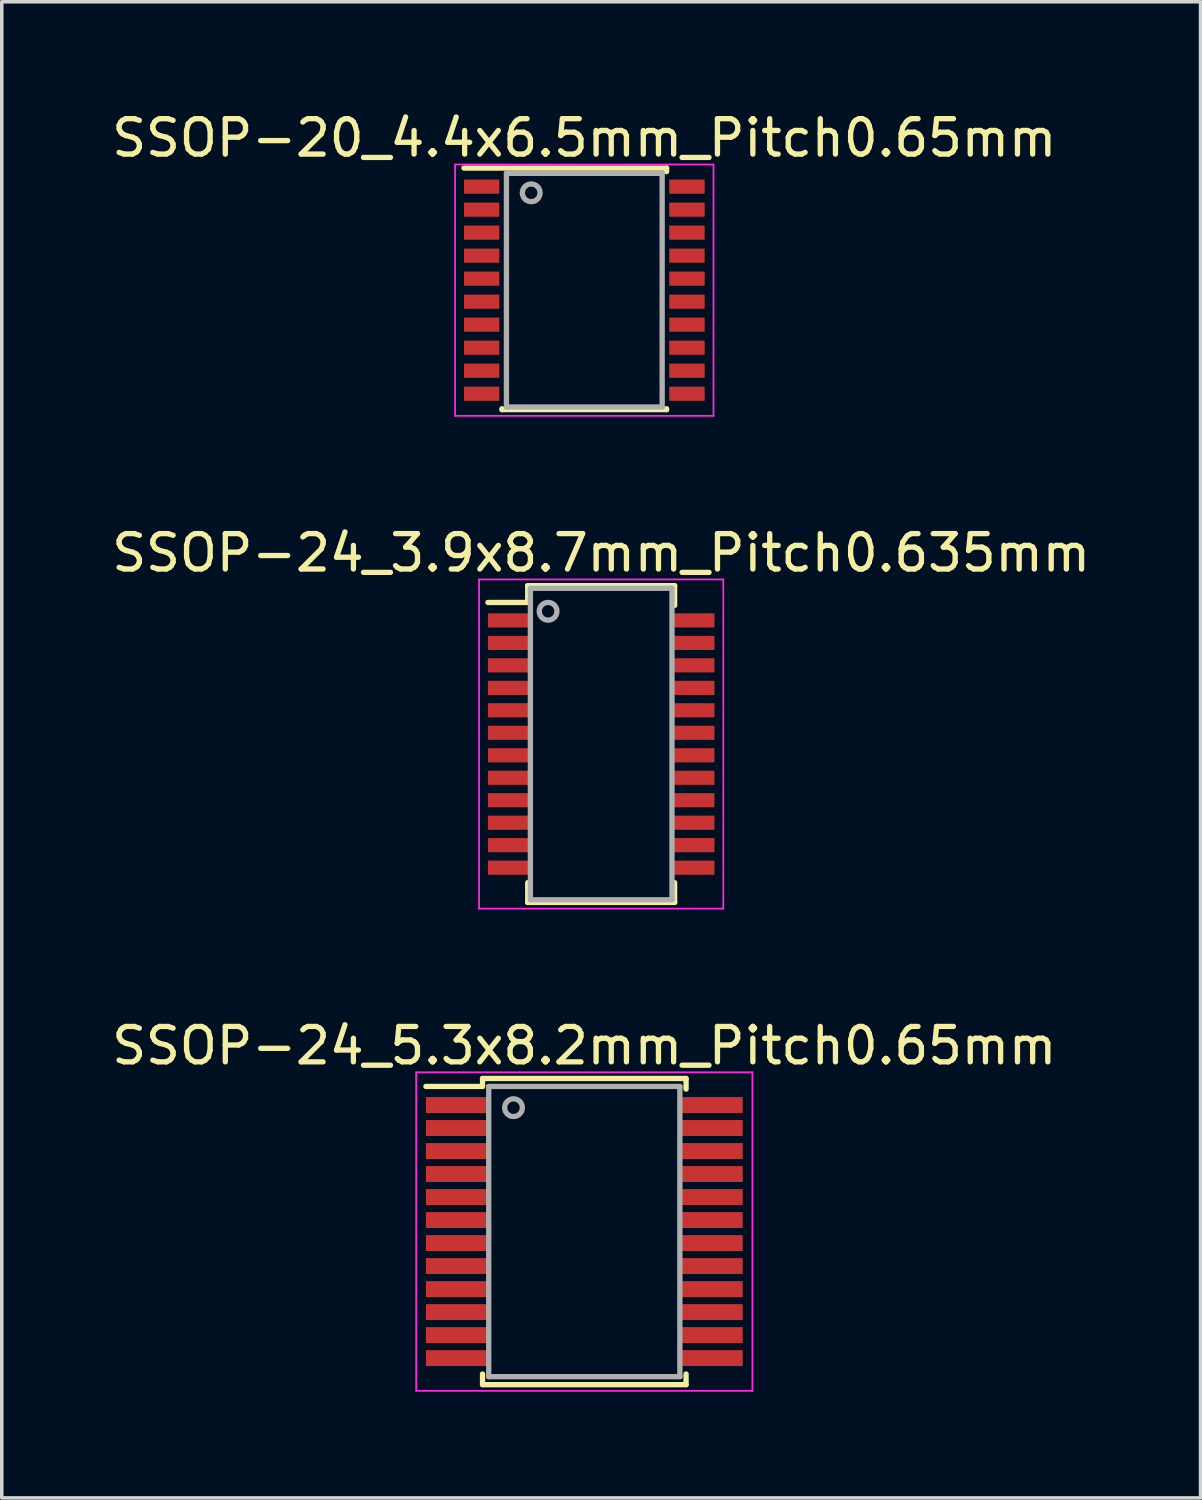
<source format=kicad_pcb>
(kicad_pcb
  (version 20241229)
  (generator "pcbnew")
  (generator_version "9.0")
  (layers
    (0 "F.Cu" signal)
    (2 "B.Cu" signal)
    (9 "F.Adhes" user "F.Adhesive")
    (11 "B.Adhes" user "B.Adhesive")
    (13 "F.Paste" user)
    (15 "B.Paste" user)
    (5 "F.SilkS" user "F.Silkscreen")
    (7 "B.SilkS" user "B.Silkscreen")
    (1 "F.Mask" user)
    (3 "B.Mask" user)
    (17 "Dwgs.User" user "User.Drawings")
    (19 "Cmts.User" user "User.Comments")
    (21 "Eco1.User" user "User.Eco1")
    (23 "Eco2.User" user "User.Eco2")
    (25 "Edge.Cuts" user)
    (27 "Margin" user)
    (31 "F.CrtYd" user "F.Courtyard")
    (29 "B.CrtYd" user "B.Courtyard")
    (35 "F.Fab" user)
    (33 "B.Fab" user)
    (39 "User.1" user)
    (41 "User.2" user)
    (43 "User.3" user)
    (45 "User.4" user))
  (footprint "SSOP-24_5.3x8.2mm_Pitch0.65mm"
    (layer "F.Cu")
    (at 13.458 31.745)
    (property "Reference" "SSOP-24_5.3x8.2mm_Pitch0.65mm" (at 0 -5.25 0) (layer "F.SilkS") (effects (font (size 1 1) (thickness 0.15))))
    (attr smd)
    (fp_line (start -2.875 -4.325) (end -2.875 -4.1) (stroke (width 0.15) (type solid)) (layer "F.SilkS"))
    (fp_line (start -2.875 -4.325) (end 2.875 -4.325) (stroke (width 0.15) (type solid)) (layer "F.SilkS"))
    (fp_line (start -2.875 -4.1) (end -4.475 -4.1) (stroke (width 0.15) (type solid)) (layer "F.SilkS"))
    (fp_line (start -2.875 4.325) (end -2.875 4.025) (stroke (width 0.15) (type solid)) (layer "F.SilkS"))
    (fp_line (start -2.875 4.325) (end 2.875 4.325) (stroke (width 0.15) (type solid)) (layer "F.SilkS"))
    (fp_line (start 2.875 -4.325) (end 2.875 -4.025) (stroke (width 0.15) (type solid)) (layer "F.SilkS"))
    (fp_line (start 2.875 4.325) (end 2.875 4.025) (stroke (width 0.15) (type solid)) (layer "F.SilkS"))
    (fp_line (start -4.75 -4.5) (end -4.75 4.5) (stroke (width 0.05) (type solid)) (layer "F.CrtYd"))
    (fp_line (start -4.75 -4.5) (end 4.75 -4.5) (stroke (width 0.05) (type solid)) (layer "F.CrtYd"))
    (fp_line (start -4.75 4.5) (end 4.75 4.5) (stroke (width 0.05) (type solid)) (layer "F.CrtYd"))
    (fp_line (start 4.75 -4.5) (end 4.75 4.5) (stroke (width 0.05) (type solid)) (layer "F.CrtYd"))
    (fp_line (start -2.7 -4.1) (end 2.7 -4.1) (stroke (width 0.15) (type solid)) (layer "F.Fab"))
    (fp_line (start -2.7 4.1) (end -2.7 -4.1) (stroke (width 0.15) (type solid)) (layer "F.Fab"))
    (fp_line (start 2.7 -4.1) (end 2.7 4.1) (stroke (width 0.15) (type solid)) (layer "F.Fab"))
    (fp_line (start 2.7 4.1) (end -2.7 4.1) (stroke (width 0.15) (type solid)) (layer "F.Fab"))
    (fp_circle (center -2 -3.5) (end -2.25 -3.5) (stroke (width 0.15) (type solid)) (fill no) (layer "F.Fab"))
    (pad "1" smd rect (at -3.6 -3.575) (size 1.75 0.45) (layers "F.Cu" "F.Mask" "F.Paste"))
    (pad "2" smd rect (at -3.6 -2.925) (size 1.75 0.45) (layers "F.Cu" "F.Mask" "F.Paste"))
    (pad "3" smd rect (at -3.6 -2.275) (size 1.75 0.45) (layers "F.Cu" "F.Mask" "F.Paste"))
    (pad "4" smd rect (at -3.6 -1.625) (size 1.75 0.45) (layers "F.Cu" "F.Mask" "F.Paste"))
    (pad "5" smd rect (at -3.6 -0.975) (size 1.75 0.45) (layers "F.Cu" "F.Mask" "F.Paste"))
    (pad "6" smd rect (at -3.6 -0.325) (size 1.75 0.45) (layers "F.Cu" "F.Mask" "F.Paste"))
    (pad "7" smd rect (at -3.6 0.325) (size 1.75 0.45) (layers "F.Cu" "F.Mask" "F.Paste"))
    (pad "8" smd rect (at -3.6 0.975) (size 1.75 0.45) (layers "F.Cu" "F.Mask" "F.Paste"))
    (pad "9" smd rect (at -3.6 1.625) (size 1.75 0.45) (layers "F.Cu" "F.Mask" "F.Paste"))
    (pad "10" smd rect (at -3.6 2.275) (size 1.75 0.45) (layers "F.Cu" "F.Mask" "F.Paste"))
    (pad "11" smd rect (at -3.6 2.925) (size 1.75 0.45) (layers "F.Cu" "F.Mask" "F.Paste"))
    (pad "12" smd rect (at -3.6 3.575) (size 1.75 0.45) (layers "F.Cu" "F.Mask" "F.Paste"))
    (pad "13" smd rect (at 3.6 3.575) (size 1.75 0.45) (layers "F.Cu" "F.Mask" "F.Paste"))
    (pad "14" smd rect (at 3.6 2.925) (size 1.75 0.45) (layers "F.Cu" "F.Mask" "F.Paste"))
    (pad "15" smd rect (at 3.6 2.275) (size 1.75 0.45) (layers "F.Cu" "F.Mask" "F.Paste"))
    (pad "16" smd rect (at 3.6 1.625) (size 1.75 0.45) (layers "F.Cu" "F.Mask" "F.Paste"))
    (pad "17" smd rect (at 3.6 0.975) (size 1.75 0.45) (layers "F.Cu" "F.Mask" "F.Paste"))
    (pad "18" smd rect (at 3.6 0.325) (size 1.75 0.45) (layers "F.Cu" "F.Mask" "F.Paste"))
    (pad "19" smd rect (at 3.6 -0.325) (size 1.75 0.45) (layers "F.Cu" "F.Mask" "F.Paste"))
    (pad "20" smd rect (at 3.6 -0.975) (size 1.75 0.45) (layers "F.Cu" "F.Mask" "F.Paste"))
    (pad "21" smd rect (at 3.6 -1.625) (size 1.75 0.45) (layers "F.Cu" "F.Mask" "F.Paste"))
    (pad "22" smd rect (at 3.6 -2.275) (size 1.75 0.45) (layers "F.Cu" "F.Mask" "F.Paste"))
    (pad "23" smd rect (at 3.6 -2.925) (size 1.75 0.45) (layers "F.Cu" "F.Mask" "F.Paste"))
    (pad "24" smd rect (at 3.6 -3.575) (size 1.75 0.45) (layers "F.Cu" "F.Mask" "F.Paste")))
  (footprint "SSOP-20_4.4x6.5mm_Pitch0.65mm"
    (layer "F.Cu")
    (at 13.458 5.148)
    (property "Reference" "SSOP-20_4.4x6.5mm_Pitch0.65mm" (at 0 -4.3 0) (layer "F.SilkS") (effects (font (size 1 1) (thickness 0.15))))
    (attr smd)
    (fp_line (start -3.4 -3.45) (end 2.325 -3.45) (stroke (width 0.15) (type solid)) (layer "F.SilkS"))
    (fp_line (start -2.325 3.375) (end -2.325 3.35) (stroke (width 0.15) (type solid)) (layer "F.SilkS"))
    (fp_line (start -2.325 3.375) (end 2.325 3.375) (stroke (width 0.15) (type solid)) (layer "F.SilkS"))
    (fp_line (start 2.325 -3.45) (end 2.325 -3.35) (stroke (width 0.15) (type solid)) (layer "F.SilkS"))
    (fp_line (start 2.325 3.375) (end 2.325 3.35) (stroke (width 0.15) (type solid)) (layer "F.SilkS"))
    (fp_line (start -3.65 -3.55) (end -3.65 3.55) (stroke (width 0.05) (type solid)) (layer "F.CrtYd"))
    (fp_line (start -3.65 -3.55) (end 3.65 -3.55) (stroke (width 0.05) (type solid)) (layer "F.CrtYd"))
    (fp_line (start -3.65 3.55) (end 3.65 3.55) (stroke (width 0.05) (type solid)) (layer "F.CrtYd"))
    (fp_line (start 3.65 -3.55) (end 3.65 3.55) (stroke (width 0.05) (type solid)) (layer "F.CrtYd"))
    (fp_line (start -2.2 -3.3) (end 2.2 -3.3) (stroke (width 0.15) (type solid)) (layer "F.Fab"))
    (fp_line (start -2.2 3.3) (end -2.2 -3.3) (stroke (width 0.15) (type solid)) (layer "F.Fab"))
    (fp_line (start 2.2 -3.3) (end 2.2 3.3) (stroke (width 0.15) (type solid)) (layer "F.Fab"))
    (fp_line (start 2.2 3.3) (end -2.2 3.3) (stroke (width 0.15) (type solid)) (layer "F.Fab"))
    (fp_circle (center -1.5 -2.75) (end -1.75 -2.75) (stroke (width 0.15) (type solid)) (fill no) (layer "F.Fab"))
    (pad "1" smd rect (at -2.9 -2.925) (size 1 0.4) (layers "F.Cu" "F.Mask" "F.Paste"))
    (pad "2" smd rect (at -2.9 -2.275) (size 1 0.4) (layers "F.Cu" "F.Mask" "F.Paste"))
    (pad "3" smd rect (at -2.9 -1.625) (size 1 0.4) (layers "F.Cu" "F.Mask" "F.Paste"))
    (pad "4" smd rect (at -2.9 -0.975) (size 1 0.4) (layers "F.Cu" "F.Mask" "F.Paste"))
    (pad "5" smd rect (at -2.9 -0.325) (size 1 0.4) (layers "F.Cu" "F.Mask" "F.Paste"))
    (pad "6" smd rect (at -2.9 0.325) (size 1 0.4) (layers "F.Cu" "F.Mask" "F.Paste"))
    (pad "7" smd rect (at -2.9 0.975) (size 1 0.4) (layers "F.Cu" "F.Mask" "F.Paste"))
    (pad "8" smd rect (at -2.9 1.625) (size 1 0.4) (layers "F.Cu" "F.Mask" "F.Paste"))
    (pad "9" smd rect (at -2.9 2.275) (size 1 0.4) (layers "F.Cu" "F.Mask" "F.Paste"))
    (pad "10" smd rect (at -2.9 2.925) (size 1 0.4) (layers "F.Cu" "F.Mask" "F.Paste"))
    (pad "11" smd rect (at 2.9 2.925) (size 1 0.4) (layers "F.Cu" "F.Mask" "F.Paste"))
    (pad "12" smd rect (at 2.9 2.275) (size 1 0.4) (layers "F.Cu" "F.Mask" "F.Paste"))
    (pad "13" smd rect (at 2.9 1.625) (size 1 0.4) (layers "F.Cu" "F.Mask" "F.Paste"))
    (pad "14" smd rect (at 2.9 0.975) (size 1 0.4) (layers "F.Cu" "F.Mask" "F.Paste"))
    (pad "15" smd rect (at 2.9 0.325) (size 1 0.4) (layers "F.Cu" "F.Mask" "F.Paste"))
    (pad "16" smd rect (at 2.9 -0.325) (size 1 0.4) (layers "F.Cu" "F.Mask" "F.Paste"))
    (pad "17" smd rect (at 2.9 -0.975) (size 1 0.4) (layers "F.Cu" "F.Mask" "F.Paste"))
    (pad "18" smd rect (at 2.9 -1.625) (size 1 0.4) (layers "F.Cu" "F.Mask" "F.Paste"))
    (pad "19" smd rect (at 2.9 -2.275) (size 1 0.4) (layers "F.Cu" "F.Mask" "F.Paste"))
    (pad "20" smd rect (at 2.9 -2.925) (size 1 0.4) (layers "F.Cu" "F.Mask" "F.Paste")))
  (footprint "SSOP-24_3.9x8.7mm_Pitch0.635mm"
    (layer "F.Cu")
    (at 13.935 17.971)
    (property "Reference" "SSOP-24_3.9x8.7mm_Pitch0.635mm" (at 0 -5.4 0) (layer "F.SilkS") (effects (font (size 1 1) (thickness 0.15))))
    (attr smd)
    (fp_line (start -2.075 -4.475) (end -2.075 -4) (stroke (width 0.15) (type solid)) (layer "F.SilkS"))
    (fp_line (start -2.075 -4.475) (end 2.075 -4.475) (stroke (width 0.15) (type solid)) (layer "F.SilkS"))
    (fp_line (start -2.075 -4) (end -3.2 -4) (stroke (width 0.15) (type solid)) (layer "F.SilkS"))
    (fp_line (start -2.075 4.475) (end -2.075 3.917) (stroke (width 0.15) (type solid)) (layer "F.SilkS"))
    (fp_line (start -2.075 4.475) (end 2.075 4.475) (stroke (width 0.15) (type solid)) (layer "F.SilkS"))
    (fp_line (start 2.075 -4.475) (end 2.075 -3.917) (stroke (width 0.15) (type solid)) (layer "F.SilkS"))
    (fp_line (start 2.075 4.475) (end 2.075 3.917) (stroke (width 0.15) (type solid)) (layer "F.SilkS"))
    (fp_line (start -3.45 -4.65) (end -3.45 4.65) (stroke (width 0.05) (type solid)) (layer "F.CrtYd"))
    (fp_line (start -3.45 -4.65) (end 3.45 -4.65) (stroke (width 0.05) (type solid)) (layer "F.CrtYd"))
    (fp_line (start -3.45 4.65) (end 3.45 4.65) (stroke (width 0.05) (type solid)) (layer "F.CrtYd"))
    (fp_line (start 3.45 -4.65) (end 3.45 4.65) (stroke (width 0.05) (type solid)) (layer "F.CrtYd"))
    (fp_line (start -2 -4.4) (end 2 -4.4) (stroke (width 0.15) (type solid)) (layer "F.Fab"))
    (fp_line (start -2 4.4) (end -2 -4.4) (stroke (width 0.15) (type solid)) (layer "F.Fab"))
    (fp_line (start 2 -4.4) (end 2 4.4) (stroke (width 0.15) (type solid)) (layer "F.Fab"))
    (fp_line (start 2 4.4) (end -2 4.4) (stroke (width 0.15) (type solid)) (layer "F.Fab"))
    (fp_circle (center -1.5 -3.75) (end -1.75 -3.75) (stroke (width 0.15) (type solid)) (fill no) (layer "F.Fab"))
    (pad "1" smd rect (at -2.6 -3.493) (size 1.2 0.4) (layers "F.Cu" "F.Mask" "F.Paste"))
    (pad "2" smd rect (at -2.6 -2.857) (size 1.2 0.4) (layers "F.Cu" "F.Mask" "F.Paste"))
    (pad "3" smd rect (at -2.6 -2.223) (size 1.2 0.4) (layers "F.Cu" "F.Mask" "F.Paste"))
    (pad "4" smd rect (at -2.6 -1.587) (size 1.2 0.4) (layers "F.Cu" "F.Mask" "F.Paste"))
    (pad "5" smd rect (at -2.6 -0.953) (size 1.2 0.4) (layers "F.Cu" "F.Mask" "F.Paste"))
    (pad "6" smd rect (at -2.6 -0.318) (size 1.2 0.4) (layers "F.Cu" "F.Mask" "F.Paste"))
    (pad "7" smd rect (at -2.6 0.318) (size 1.2 0.4) (layers "F.Cu" "F.Mask" "F.Paste"))
    (pad "8" smd rect (at -2.6 0.953) (size 1.2 0.4) (layers "F.Cu" "F.Mask" "F.Paste"))
    (pad "9" smd rect (at -2.6 1.587) (size 1.2 0.4) (layers "F.Cu" "F.Mask" "F.Paste"))
    (pad "10" smd rect (at -2.6 2.223) (size 1.2 0.4) (layers "F.Cu" "F.Mask" "F.Paste"))
    (pad "11" smd rect (at -2.6 2.857) (size 1.2 0.4) (layers "F.Cu" "F.Mask" "F.Paste"))
    (pad "12" smd rect (at -2.6 3.493) (size 1.2 0.4) (layers "F.Cu" "F.Mask" "F.Paste"))
    (pad "13" smd rect (at 2.6 3.493) (size 1.2 0.4) (layers "F.Cu" "F.Mask" "F.Paste"))
    (pad "14" smd rect (at 2.6 2.857) (size 1.2 0.4) (layers "F.Cu" "F.Mask" "F.Paste"))
    (pad "15" smd rect (at 2.6 2.223) (size 1.2 0.4) (layers "F.Cu" "F.Mask" "F.Paste"))
    (pad "16" smd rect (at 2.6 1.587) (size 1.2 0.4) (layers "F.Cu" "F.Mask" "F.Paste"))
    (pad "17" smd rect (at 2.6 0.953) (size 1.2 0.4) (layers "F.Cu" "F.Mask" "F.Paste"))
    (pad "18" smd rect (at 2.6 0.318) (size 1.2 0.4) (layers "F.Cu" "F.Mask" "F.Paste"))
    (pad "19" smd rect (at 2.6 -0.318) (size 1.2 0.4) (layers "F.Cu" "F.Mask" "F.Paste"))
    (pad "20" smd rect (at 2.6 -0.953) (size 1.2 0.4) (layers "F.Cu" "F.Mask" "F.Paste"))
    (pad "21" smd rect (at 2.6 -1.587) (size 1.2 0.4) (layers "F.Cu" "F.Mask" "F.Paste"))
    (pad "22" smd rect (at 2.6 -2.223) (size 1.2 0.4) (layers "F.Cu" "F.Mask" "F.Paste"))
    (pad "23" smd rect (at 2.6 -2.857) (size 1.2 0.4) (layers "F.Cu" "F.Mask" "F.Paste"))
    (pad "24" smd rect (at 2.6 -3.493) (size 1.2 0.4) (layers "F.Cu" "F.Mask" "F.Paste")))
  (gr_rect
    (start -3 -3)
    (end 30.869 39.27)
    (stroke (width 0.1) (type default))
    (fill no)
    (layer "Edge.Cuts")))
</source>
